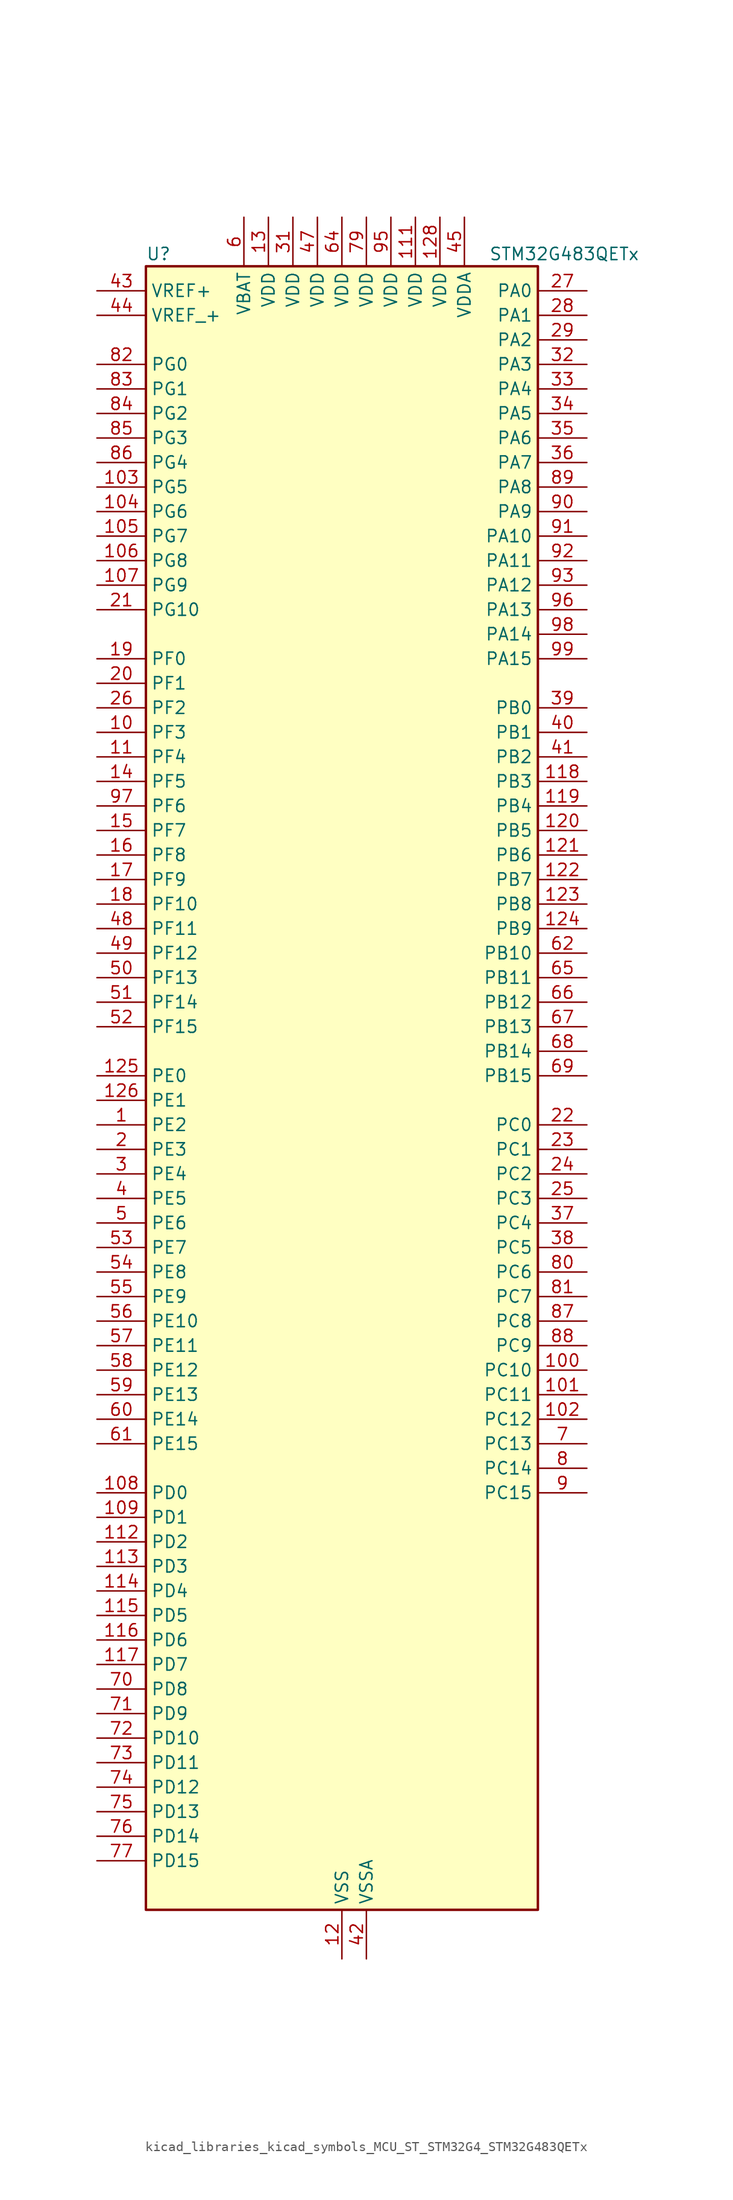
<source format=kicad_sym>
(kicad_symbol_lib
  (version 20220914)
  (generator kicad_symbol_editor)
  (symbol "kicad_libraries_kicad_symbols_MCU_ST_STM32G4_STM32G483QETx"
    (property "Reference" "U"
      (at -20.32 87.63 0)
      (effects (font (size 1.27 1.27)) (justify left)))
    (property "Value" "STM32G483QETx"
      (at 15.24 87.63 0)
      (effects (font (size 1.27 1.27)) (justify left)))
    (property "ki_locked" ""
      (at 0 0 0)
      (effects (font (size 1.27 1.27))))
    (symbol "kicad_libraries_kicad_symbols_MCU_ST_STM32G4_STM32G483QETx_0_1"
      (rectangle (start -20.32 -83.82) (end 20.32 86.36) (stroke (width 0.254) (type default)) (fill (type background))))
    (symbol "kicad_libraries_kicad_symbols_MCU_ST_STM32G4_STM32G483QETx_1_1"
      (pin bidirectional line (at -25.4 -2.54 0) (length 5.08) (name "PE2" (effects (font (size 1.27 1.27)))) (number "1" (effects (font (size 1.27 1.27)))) (alternate "ADC3_EXTI2" bidirectional line) (alternate "ADC4_EXTI2" bidirectional line) (alternate "ADC5_EXTI2" bidirectional line) (alternate "FMC_A23" bidirectional line) (alternate "SAI1_CK1" bidirectional line) (alternate "SAI1_MCLK_A" bidirectional line) (alternate "SPI4_SCK" bidirectional line) (alternate "SYS_TRACECLK" bidirectional line) (alternate "TIM20_CH1" bidirectional line) (alternate "TIM3_CH1" bidirectional line))
      (pin bidirectional line (at -25.4 38.1 0) (length 5.08) (name "PF3" (effects (font (size 1.27 1.27)))) (number "10" (effects (font (size 1.27 1.27)))) (alternate "ADC3_EXTI3" bidirectional line) (alternate "ADC4_EXTI3" bidirectional line) (alternate "ADC5_EXTI3" bidirectional line) (alternate "FMC_A3" bidirectional line) (alternate "I2C3_SCL" bidirectional line) (alternate "TIM20_CH4" bidirectional line))
      (pin bidirectional line (at 25.4 -27.94 180) (length 5.08) (name "PC10" (effects (font (size 1.27 1.27)))) (number "100" (effects (font (size 1.27 1.27)))) (alternate "DAC1_EXTI10" bidirectional line) (alternate "DAC2_EXTI10" bidirectional line) (alternate "DAC3_EXTI10" bidirectional line) (alternate "DAC4_EXTI10" bidirectional line) (alternate "I2S3_CK" bidirectional line) (alternate "SPI3_SCK" bidirectional line) (alternate "TIM8_CH1N" bidirectional line) (alternate "UART4_TX" bidirectional line) (alternate "USART3_TX" bidirectional line))
      (pin bidirectional line (at 25.4 -30.48 180) (length 5.08) (name "PC11" (effects (font (size 1.27 1.27)))) (number "101" (effects (font (size 1.27 1.27)))) (alternate "ADC1_EXTI11" bidirectional line) (alternate "ADC2_EXTI11" bidirectional line) (alternate "I2C3_SDA" bidirectional line) (alternate "SPI3_MISO" bidirectional line) (alternate "TIM8_CH2N" bidirectional line) (alternate "UART4_RX" bidirectional line) (alternate "USART3_RX" bidirectional line))
      (pin bidirectional line (at 25.4 -33.02 180) (length 5.08) (name "PC12" (effects (font (size 1.27 1.27)))) (number "102" (effects (font (size 1.27 1.27)))) (alternate "I2S3_SD" bidirectional line) (alternate "SPI3_MOSI" bidirectional line) (alternate "TIM5_CH2" bidirectional line) (alternate "TIM8_CH3N" bidirectional line) (alternate "UART5_TX" bidirectional line) (alternate "UCPD1_FRSTX1" bidirectional line) (alternate "UCPD1_FRSTX2" bidirectional line) (alternate "USART3_CK" bidirectional line))
      (pin bidirectional line (at -25.4 63.5 0) (length 5.08) (name "PG5" (effects (font (size 1.27 1.27)))) (number "103" (effects (font (size 1.27 1.27)))) (alternate "FMC_A15" bidirectional line) (alternate "LPUART1_CTS" bidirectional line) (alternate "SPI1_NSS" bidirectional line) (alternate "TIM20_ETR" bidirectional line))
      (pin bidirectional line (at -25.4 60.96 0) (length 5.08) (name "PG6" (effects (font (size 1.27 1.27)))) (number "104" (effects (font (size 1.27 1.27)))) (alternate "FMC_INT" bidirectional line) (alternate "I2C3_SMBA" bidirectional line) (alternate "LPUART1_DE" bidirectional line) (alternate "LPUART1_RTS" bidirectional line) (alternate "TIM20_BKIN" bidirectional line))
      (pin bidirectional line (at -25.4 58.42 0) (length 5.08) (name "PG7" (effects (font (size 1.27 1.27)))) (number "105" (effects (font (size 1.27 1.27)))) (alternate "FMC_INT" bidirectional line) (alternate "I2C3_SCL" bidirectional line) (alternate "LPUART1_TX" bidirectional line) (alternate "SAI1_CK1" bidirectional line) (alternate "SAI1_MCLK_A" bidirectional line))
      (pin bidirectional line (at -25.4 55.88 0) (length 5.08) (name "PG8" (effects (font (size 1.27 1.27)))) (number "106" (effects (font (size 1.27 1.27)))) (alternate "FMC_NE3" bidirectional line) (alternate "I2C3_SDA" bidirectional line) (alternate "LPUART1_RX" bidirectional line))
      (pin bidirectional line (at -25.4 53.34 0) (length 5.08) (name "PG9" (effects (font (size 1.27 1.27)))) (number "107" (effects (font (size 1.27 1.27)))) (alternate "DAC1_EXTI9" bidirectional line) (alternate "DAC2_EXTI9" bidirectional line) (alternate "DAC3_EXTI9" bidirectional line) (alternate "DAC4_EXTI9" bidirectional line) (alternate "FMC_NCE" bidirectional line) (alternate "FMC_NE2" bidirectional line) (alternate "SPI3_SCK" bidirectional line) (alternate "TIM15_CH1N" bidirectional line) (alternate "USART1_TX" bidirectional line))
      (pin bidirectional line (at -25.4 -40.64 0) (length 5.08) (name "PD0" (effects (font (size 1.27 1.27)))) (number "108" (effects (font (size 1.27 1.27)))) (alternate "FDCAN1_RX" bidirectional line) (alternate "FMC_D2" bidirectional line) (alternate "FMC_DA2" bidirectional line) (alternate "TIM8_CH4N" bidirectional line))
      (pin bidirectional line (at -25.4 -43.18 0) (length 5.08) (name "PD1" (effects (font (size 1.27 1.27)))) (number "109" (effects (font (size 1.27 1.27)))) (alternate "FDCAN1_TX" bidirectional line) (alternate "FMC_D3" bidirectional line) (alternate "FMC_DA3" bidirectional line) (alternate "TIM8_BKIN2" bidirectional line) (alternate "TIM8_CH4" bidirectional line))
      (pin bidirectional line (at -25.4 35.56 0) (length 5.08) (name "PF4" (effects (font (size 1.27 1.27)))) (number "11" (effects (font (size 1.27 1.27)))) (alternate "COMP1_OUT" bidirectional line) (alternate "FMC_A4" bidirectional line) (alternate "I2C3_SDA" bidirectional line) (alternate "TIM20_CH1N" bidirectional line))
      (pin passive line (at 0 -88.9 90) (length 5.08) hide (name "VSS" (effects (font (size 1.27 1.27)))) (number "110" (effects (font (size 1.27 1.27)))))
      (pin power_in line (at 7.62 91.44 270) (length 5.08) (name "VDD" (effects (font (size 1.27 1.27)))) (number "111" (effects (font (size 1.27 1.27)))))
      (pin bidirectional line (at -25.4 -45.72 0) (length 5.08) (name "PD2" (effects (font (size 1.27 1.27)))) (number "112" (effects (font (size 1.27 1.27)))) (alternate "ADC3_EXTI2" bidirectional line) (alternate "ADC4_EXTI2" bidirectional line) (alternate "ADC5_EXTI2" bidirectional line) (alternate "TIM3_ETR" bidirectional line) (alternate "TIM8_BKIN" bidirectional line) (alternate "UART5_RX" bidirectional line))
      (pin bidirectional line (at -25.4 -48.26 0) (length 5.08) (name "PD3" (effects (font (size 1.27 1.27)))) (number "113" (effects (font (size 1.27 1.27)))) (alternate "ADC3_EXTI3" bidirectional line) (alternate "ADC4_EXTI3" bidirectional line) (alternate "ADC5_EXTI3" bidirectional line) (alternate "FMC_CLK" bidirectional line) (alternate "QUADSPI1_BK2_NCS" bidirectional line) (alternate "TIM2_CH1" bidirectional line) (alternate "TIM2_ETR" bidirectional line) (alternate "USART2_CTS" bidirectional line) (alternate "USART2_NSS" bidirectional line))
      (pin bidirectional line (at -25.4 -50.8 0) (length 5.08) (name "PD4" (effects (font (size 1.27 1.27)))) (number "114" (effects (font (size 1.27 1.27)))) (alternate "FMC_NOE" bidirectional line) (alternate "QUADSPI1_BK2_IO0" bidirectional line) (alternate "TIM2_CH2" bidirectional line) (alternate "USART2_DE" bidirectional line) (alternate "USART2_RTS" bidirectional line))
      (pin bidirectional line (at -25.4 -53.34 0) (length 5.08) (name "PD5" (effects (font (size 1.27 1.27)))) (number "115" (effects (font (size 1.27 1.27)))) (alternate "FMC_NWE" bidirectional line) (alternate "QUADSPI1_BK2_IO1" bidirectional line) (alternate "USART2_TX" bidirectional line))
      (pin bidirectional line (at -25.4 -55.88 0) (length 5.08) (name "PD6" (effects (font (size 1.27 1.27)))) (number "116" (effects (font (size 1.27 1.27)))) (alternate "FMC_NWAIT" bidirectional line) (alternate "QUADSPI1_BK2_IO2" bidirectional line) (alternate "SAI1_D1" bidirectional line) (alternate "SAI1_SD_A" bidirectional line) (alternate "TIM2_CH4" bidirectional line) (alternate "USART2_RX" bidirectional line))
      (pin bidirectional line (at -25.4 -58.42 0) (length 5.08) (name "PD7" (effects (font (size 1.27 1.27)))) (number "117" (effects (font (size 1.27 1.27)))) (alternate "FMC_NCE" bidirectional line) (alternate "FMC_NE1" bidirectional line) (alternate "QUADSPI1_BK2_IO3" bidirectional line) (alternate "TIM2_CH3" bidirectional line) (alternate "USART2_CK" bidirectional line))
      (pin bidirectional line (at 25.4 33.02 180) (length 5.08) (name "PB3" (effects (font (size 1.27 1.27)))) (number "118" (effects (font (size 1.27 1.27)))) (alternate "ADC3_EXTI3" bidirectional line) (alternate "ADC4_EXTI3" bidirectional line) (alternate "ADC5_EXTI3" bidirectional line) (alternate "CRS_SYNC" bidirectional line) (alternate "FDCAN3_RX" bidirectional line) (alternate "I2S3_CK" bidirectional line) (alternate "SAI1_SCK_B" bidirectional line) (alternate "SPI1_SCK" bidirectional line) (alternate "SPI3_SCK" bidirectional line) (alternate "SYS_JTDO-SWO" bidirectional line) (alternate "TIM2_CH2" bidirectional line) (alternate "TIM3_ETR" bidirectional line) (alternate "TIM4_ETR" bidirectional line) (alternate "TIM8_CH1N" bidirectional line) (alternate "USART2_TX" bidirectional line))
      (pin bidirectional line (at 25.4 30.48 180) (length 5.08) (name "PB4" (effects (font (size 1.27 1.27)))) (number "119" (effects (font (size 1.27 1.27)))) (alternate "FDCAN3_TX" bidirectional line) (alternate "SAI1_MCLK_B" bidirectional line) (alternate "SPI1_MISO" bidirectional line) (alternate "SPI3_MISO" bidirectional line) (alternate "SYS_JTRST" bidirectional line) (alternate "TIM16_CH1" bidirectional line) (alternate "TIM17_BKIN" bidirectional line) (alternate "TIM3_CH1" bidirectional line) (alternate "TIM8_CH2N" bidirectional line) (alternate "UART5_DE" bidirectional line) (alternate "UART5_RTS" bidirectional line) (alternate "UCPD1_CC2" bidirectional line) (alternate "USART2_RX" bidirectional line))
      (pin power_in line (at 0 -88.9 90) (length 5.08) (name "VSS" (effects (font (size 1.27 1.27)))) (number "12" (effects (font (size 1.27 1.27)))))
      (pin bidirectional line (at 25.4 27.94 180) (length 5.08) (name "PB5" (effects (font (size 1.27 1.27)))) (number "120" (effects (font (size 1.27 1.27)))) (alternate "FDCAN2_RX" bidirectional line) (alternate "I2C1_SMBA" bidirectional line) (alternate "I2C3_SDA" bidirectional line) (alternate "I2S3_SD" bidirectional line) (alternate "LPTIM1_IN1" bidirectional line) (alternate "SAI1_SD_B" bidirectional line) (alternate "SPI1_MOSI" bidirectional line) (alternate "SPI3_MOSI" bidirectional line) (alternate "TIM16_BKIN" bidirectional line) (alternate "TIM17_CH1" bidirectional line) (alternate "TIM3_CH2" bidirectional line) (alternate "TIM8_CH3N" bidirectional line) (alternate "UART5_CTS" bidirectional line) (alternate "USART2_CK" bidirectional line))
      (pin bidirectional line (at 25.4 25.4 180) (length 5.08) (name "PB6" (effects (font (size 1.27 1.27)))) (number "121" (effects (font (size 1.27 1.27)))) (alternate "COMP4_OUT" bidirectional line) (alternate "FDCAN2_TX" bidirectional line) (alternate "LPTIM1_ETR" bidirectional line) (alternate "SAI1_FS_B" bidirectional line) (alternate "TIM16_CH1N" bidirectional line) (alternate "TIM4_CH1" bidirectional line) (alternate "TIM8_BKIN2" bidirectional line) (alternate "TIM8_CH1" bidirectional line) (alternate "TIM8_ETR" bidirectional line) (alternate "UCPD1_CC1" bidirectional line) (alternate "USART1_TX" bidirectional line))
      (pin bidirectional line (at 25.4 22.86 180) (length 5.08) (name "PB7" (effects (font (size 1.27 1.27)))) (number "122" (effects (font (size 1.27 1.27)))) (alternate "COMP3_OUT" bidirectional line) (alternate "FMC_NL" bidirectional line) (alternate "I2C1_SDA" bidirectional line) (alternate "I2C4_SDA" bidirectional line) (alternate "LPTIM1_IN2" bidirectional line) (alternate "SYS_PVD_IN" bidirectional line) (alternate "TIM17_CH1N" bidirectional line) (alternate "TIM3_CH4" bidirectional line) (alternate "TIM4_CH2" bidirectional line) (alternate "TIM8_BKIN" bidirectional line) (alternate "UART4_CTS" bidirectional line) (alternate "USART1_RX" bidirectional line))
      (pin bidirectional line (at 25.4 20.32 180) (length 5.08) (name "PB8" (effects (font (size 1.27 1.27)))) (number "123" (effects (font (size 1.27 1.27)))) (alternate "COMP1_OUT" bidirectional line) (alternate "FDCAN1_RX" bidirectional line) (alternate "I2C1_SCL" bidirectional line) (alternate "SAI1_CK1" bidirectional line) (alternate "SAI1_MCLK_A" bidirectional line) (alternate "TIM16_CH1" bidirectional line) (alternate "TIM1_BKIN" bidirectional line) (alternate "TIM4_CH3" bidirectional line) (alternate "TIM8_CH2" bidirectional line) (alternate "USART3_RX" bidirectional line))
      (pin bidirectional line (at 25.4 17.78 180) (length 5.08) (name "PB9" (effects (font (size 1.27 1.27)))) (number "124" (effects (font (size 1.27 1.27)))) (alternate "COMP2_OUT" bidirectional line) (alternate "DAC1_EXTI9" bidirectional line) (alternate "DAC2_EXTI9" bidirectional line) (alternate "DAC3_EXTI9" bidirectional line) (alternate "DAC4_EXTI9" bidirectional line) (alternate "FDCAN1_TX" bidirectional line) (alternate "I2C1_SDA" bidirectional line) (alternate "IR_OUT" bidirectional line) (alternate "SAI1_D2" bidirectional line) (alternate "SAI1_FS_A" bidirectional line) (alternate "TIM17_CH1" bidirectional line) (alternate "TIM1_CH3N" bidirectional line) (alternate "TIM4_CH4" bidirectional line) (alternate "TIM8_CH3" bidirectional line) (alternate "USART3_TX" bidirectional line))
      (pin bidirectional line (at -25.4 2.54 0) (length 5.08) (name "PE0" (effects (font (size 1.27 1.27)))) (number "125" (effects (font (size 1.27 1.27)))) (alternate "FMC_NBL0" bidirectional line) (alternate "TIM16_CH1" bidirectional line) (alternate "TIM20_CH4N" bidirectional line) (alternate "TIM20_ETR" bidirectional line) (alternate "TIM4_ETR" bidirectional line) (alternate "USART1_TX" bidirectional line))
      (pin bidirectional line (at -25.4 0 0) (length 5.08) (name "PE1" (effects (font (size 1.27 1.27)))) (number "126" (effects (font (size 1.27 1.27)))) (alternate "FMC_NBL1" bidirectional line) (alternate "TIM17_CH1" bidirectional line) (alternate "TIM20_CH4" bidirectional line) (alternate "USART1_RX" bidirectional line))
      (pin passive line (at 0 -88.9 90) (length 5.08) hide (name "VSS" (effects (font (size 1.27 1.27)))) (number "127" (effects (font (size 1.27 1.27)))))
      (pin power_in line (at 10.16 91.44 270) (length 5.08) (name "VDD" (effects (font (size 1.27 1.27)))) (number "128" (effects (font (size 1.27 1.27)))))
      (pin power_in line (at -7.62 91.44 270) (length 5.08) (name "VDD" (effects (font (size 1.27 1.27)))) (number "13" (effects (font (size 1.27 1.27)))))
      (pin bidirectional line (at -25.4 33.02 0) (length 5.08) (name "PF5" (effects (font (size 1.27 1.27)))) (number "14" (effects (font (size 1.27 1.27)))) (alternate "FMC_A5" bidirectional line) (alternate "TIM20_CH2N" bidirectional line))
      (pin bidirectional line (at -25.4 27.94 0) (length 5.08) (name "PF7" (effects (font (size 1.27 1.27)))) (number "15" (effects (font (size 1.27 1.27)))) (alternate "FMC_A1" bidirectional line) (alternate "QUADSPI1_BK1_IO2" bidirectional line) (alternate "SAI1_MCLK_B" bidirectional line) (alternate "TIM20_BKIN" bidirectional line) (alternate "TIM5_CH2" bidirectional line))
      (pin bidirectional line (at -25.4 25.4 0) (length 5.08) (name "PF8" (effects (font (size 1.27 1.27)))) (number "16" (effects (font (size 1.27 1.27)))) (alternate "FMC_A24" bidirectional line) (alternate "QUADSPI1_BK1_IO0" bidirectional line) (alternate "SAI1_SCK_B" bidirectional line) (alternate "TIM20_BKIN2" bidirectional line) (alternate "TIM5_CH3" bidirectional line))
      (pin bidirectional line (at -25.4 22.86 0) (length 5.08) (name "PF9" (effects (font (size 1.27 1.27)))) (number "17" (effects (font (size 1.27 1.27)))) (alternate "DAC1_EXTI9" bidirectional line) (alternate "DAC2_EXTI9" bidirectional line) (alternate "DAC3_EXTI9" bidirectional line) (alternate "DAC4_EXTI9" bidirectional line) (alternate "FMC_A25" bidirectional line) (alternate "QUADSPI1_BK1_IO1" bidirectional line) (alternate "SAI1_FS_B" bidirectional line) (alternate "SPI2_SCK" bidirectional line) (alternate "TIM15_CH1" bidirectional line) (alternate "TIM20_BKIN" bidirectional line) (alternate "TIM5_CH4" bidirectional line))
      (pin bidirectional line (at -25.4 20.32 0) (length 5.08) (name "PF10" (effects (font (size 1.27 1.27)))) (number "18" (effects (font (size 1.27 1.27)))) (alternate "DAC1_EXTI10" bidirectional line) (alternate "DAC2_EXTI10" bidirectional line) (alternate "DAC3_EXTI10" bidirectional line) (alternate "DAC4_EXTI10" bidirectional line) (alternate "FMC_A0" bidirectional line) (alternate "QUADSPI1_CLK" bidirectional line) (alternate "SAI1_D3" bidirectional line) (alternate "SPI2_SCK" bidirectional line) (alternate "TIM15_CH2" bidirectional line) (alternate "TIM20_BKIN2" bidirectional line))
      (pin bidirectional line (at -25.4 45.72 0) (length 5.08) (name "PF0" (effects (font (size 1.27 1.27)))) (number "19" (effects (font (size 1.27 1.27)))) (alternate "ADC1_IN10" bidirectional line) (alternate "I2C2_SDA" bidirectional line) (alternate "I2S2_WS" bidirectional line) (alternate "RCC_OSC_IN" bidirectional line) (alternate "SPI2_NSS" bidirectional line) (alternate "TIM1_CH3N" bidirectional line))
      (pin bidirectional line (at -25.4 -5.08 0) (length 5.08) (name "PE3" (effects (font (size 1.27 1.27)))) (number "2" (effects (font (size 1.27 1.27)))) (alternate "ADC3_EXTI3" bidirectional line) (alternate "ADC4_EXTI3" bidirectional line) (alternate "ADC5_EXTI3" bidirectional line) (alternate "FMC_A19" bidirectional line) (alternate "SAI1_SD_B" bidirectional line) (alternate "SPI4_NSS" bidirectional line) (alternate "SYS_TRACED0" bidirectional line) (alternate "TIM20_CH2" bidirectional line) (alternate "TIM3_CH2" bidirectional line))
      (pin bidirectional line (at -25.4 43.18 0) (length 5.08) (name "PF1" (effects (font (size 1.27 1.27)))) (number "20" (effects (font (size 1.27 1.27)))) (alternate "ADC2_IN10" bidirectional line) (alternate "COMP3_INM" bidirectional line) (alternate "I2S2_CK" bidirectional line) (alternate "RCC_OSC_OUT" bidirectional line) (alternate "SPI2_SCK" bidirectional line))
      (pin bidirectional line (at -25.4 50.8 0) (length 5.08) (name "PG10" (effects (font (size 1.27 1.27)))) (number "21" (effects (font (size 1.27 1.27)))) (alternate "DAC1_EXTI10" bidirectional line) (alternate "DAC2_EXTI10" bidirectional line) (alternate "DAC3_EXTI10" bidirectional line) (alternate "DAC4_EXTI10" bidirectional line) (alternate "RCC_MCO" bidirectional line))
      (pin bidirectional line (at 25.4 -2.54 180) (length 5.08) (name "PC0" (effects (font (size 1.27 1.27)))) (number "22" (effects (font (size 1.27 1.27)))) (alternate "ADC1_IN6" bidirectional line) (alternate "ADC2_IN6" bidirectional line) (alternate "COMP3_INM" bidirectional line) (alternate "LPTIM1_IN1" bidirectional line) (alternate "LPUART1_RX" bidirectional line) (alternate "TIM1_CH1" bidirectional line))
      (pin bidirectional line (at 25.4 -5.08 180) (length 5.08) (name "PC1" (effects (font (size 1.27 1.27)))) (number "23" (effects (font (size 1.27 1.27)))) (alternate "ADC1_IN7" bidirectional line) (alternate "ADC2_IN7" bidirectional line) (alternate "COMP3_INP" bidirectional line) (alternate "LPTIM1_OUT" bidirectional line) (alternate "LPUART1_TX" bidirectional line) (alternate "QUADSPI1_BK2_IO0" bidirectional line) (alternate "SAI1_SD_A" bidirectional line) (alternate "TIM1_CH2" bidirectional line))
      (pin bidirectional line (at 25.4 -7.62 180) (length 5.08) (name "PC2" (effects (font (size 1.27 1.27)))) (number "24" (effects (font (size 1.27 1.27)))) (alternate "ADC1_IN8" bidirectional line) (alternate "ADC2_IN8" bidirectional line) (alternate "ADC3_EXTI2" bidirectional line) (alternate "ADC4_EXTI2" bidirectional line) (alternate "ADC5_EXTI2" bidirectional line) (alternate "COMP3_OUT" bidirectional line) (alternate "LPTIM1_IN2" bidirectional line) (alternate "QUADSPI1_BK2_IO1" bidirectional line) (alternate "TIM1_CH3" bidirectional line) (alternate "TIM20_CH2" bidirectional line))
      (pin bidirectional line (at 25.4 -10.16 180) (length 5.08) (name "PC3" (effects (font (size 1.27 1.27)))) (number "25" (effects (font (size 1.27 1.27)))) (alternate "ADC1_IN9" bidirectional line) (alternate "ADC2_IN9" bidirectional line) (alternate "ADC3_EXTI3" bidirectional line) (alternate "ADC4_EXTI3" bidirectional line) (alternate "ADC5_EXTI3" bidirectional line) (alternate "LPTIM1_ETR" bidirectional line) (alternate "OPAMP5_VINP" bidirectional line) (alternate "OPAMP5_VINP_SEC" bidirectional line) (alternate "QUADSPI1_BK2_IO2" bidirectional line) (alternate "SAI1_D1" bidirectional line) (alternate "SAI1_SD_A" bidirectional line) (alternate "TIM1_BKIN2" bidirectional line) (alternate "TIM1_CH4" bidirectional line))
      (pin bidirectional line (at -25.4 40.64 0) (length 5.08) (name "PF2" (effects (font (size 1.27 1.27)))) (number "26" (effects (font (size 1.27 1.27)))) (alternate "ADC3_EXTI2" bidirectional line) (alternate "ADC4_EXTI2" bidirectional line) (alternate "ADC5_EXTI2" bidirectional line) (alternate "FMC_A2" bidirectional line) (alternate "I2C2_SMBA" bidirectional line) (alternate "TIM20_CH3" bidirectional line))
      (pin bidirectional line (at 25.4 83.82 180) (length 5.08) (name "PA0" (effects (font (size 1.27 1.27)))) (number "27" (effects (font (size 1.27 1.27)))) (alternate "ADC1_IN1" bidirectional line) (alternate "ADC2_IN1" bidirectional line) (alternate "COMP1_INM" bidirectional line) (alternate "COMP1_OUT" bidirectional line) (alternate "COMP3_INP" bidirectional line) (alternate "RTC_TAMP2" bidirectional line) (alternate "SYS_WKUP1" bidirectional line) (alternate "TIM2_CH1" bidirectional line) (alternate "TIM2_ETR" bidirectional line) (alternate "TIM5_CH1" bidirectional line) (alternate "TIM8_BKIN" bidirectional line) (alternate "TIM8_ETR" bidirectional line) (alternate "USART2_CTS" bidirectional line) (alternate "USART2_NSS" bidirectional line))
      (pin bidirectional line (at 25.4 81.28 180) (length 5.08) (name "PA1" (effects (font (size 1.27 1.27)))) (number "28" (effects (font (size 1.27 1.27)))) (alternate "ADC1_IN2" bidirectional line) (alternate "ADC2_IN2" bidirectional line) (alternate "COMP1_INP" bidirectional line) (alternate "OPAMP1_VINP" bidirectional line) (alternate "OPAMP1_VINP_SEC" bidirectional line) (alternate "OPAMP3_VINP" bidirectional line) (alternate "OPAMP3_VINP_SEC" bidirectional line) (alternate "OPAMP6_VINM" bidirectional line) (alternate "OPAMP6_VINM0" bidirectional line) (alternate "OPAMP6_VINM_SEC" bidirectional line) (alternate "RTC_REFIN" bidirectional line) (alternate "TIM15_CH1N" bidirectional line) (alternate "TIM2_CH2" bidirectional line) (alternate "TIM5_CH2" bidirectional line) (alternate "USART2_DE" bidirectional line) (alternate "USART2_RTS" bidirectional line))
      (pin bidirectional line (at 25.4 78.74 180) (length 5.08) (name "PA2" (effects (font (size 1.27 1.27)))) (number "29" (effects (font (size 1.27 1.27)))) (alternate "ADC1_IN3" bidirectional line) (alternate "ADC3_EXTI2" bidirectional line) (alternate "ADC4_EXTI2" bidirectional line) (alternate "ADC5_EXTI2" bidirectional line) (alternate "COMP2_INM" bidirectional line) (alternate "COMP2_OUT" bidirectional line) (alternate "LPUART1_TX" bidirectional line) (alternate "OPAMP1_VOUT" bidirectional line) (alternate "QUADSPI1_BK1_NCS" bidirectional line) (alternate "RCC_LSCO" bidirectional line) (alternate "SYS_WKUP4" bidirectional line) (alternate "TIM15_CH1" bidirectional line) (alternate "TIM2_CH3" bidirectional line) (alternate "TIM5_CH3" bidirectional line) (alternate "UCPD1_FRSTX1" bidirectional line) (alternate "UCPD1_FRSTX2" bidirectional line) (alternate "USART2_TX" bidirectional line))
      (pin bidirectional line (at -25.4 -7.62 0) (length 5.08) (name "PE4" (effects (font (size 1.27 1.27)))) (number "3" (effects (font (size 1.27 1.27)))) (alternate "FMC_A20" bidirectional line) (alternate "SAI1_D2" bidirectional line) (alternate "SAI1_FS_A" bidirectional line) (alternate "SPI4_NSS" bidirectional line) (alternate "SYS_TRACED1" bidirectional line) (alternate "TIM20_CH1N" bidirectional line) (alternate "TIM3_CH3" bidirectional line))
      (pin passive line (at 0 -88.9 90) (length 5.08) hide (name "VSS" (effects (font (size 1.27 1.27)))) (number "30" (effects (font (size 1.27 1.27)))))
      (pin power_in line (at -5.08 91.44 270) (length 5.08) (name "VDD" (effects (font (size 1.27 1.27)))) (number "31" (effects (font (size 1.27 1.27)))))
      (pin bidirectional line (at 25.4 76.2 180) (length 5.08) (name "PA3" (effects (font (size 1.27 1.27)))) (number "32" (effects (font (size 1.27 1.27)))) (alternate "ADC1_IN4" bidirectional line) (alternate "ADC3_EXTI3" bidirectional line) (alternate "ADC4_EXTI3" bidirectional line) (alternate "ADC5_EXTI3" bidirectional line) (alternate "COMP2_INP" bidirectional line) (alternate "LPUART1_RX" bidirectional line) (alternate "OPAMP1_VINM" bidirectional line) (alternate "OPAMP1_VINM0" bidirectional line) (alternate "OPAMP1_VINM_SEC" bidirectional line) (alternate "OPAMP1_VINP" bidirectional line) (alternate "OPAMP1_VINP_SEC" bidirectional line) (alternate "OPAMP5_VINM" bidirectional line) (alternate "OPAMP5_VINM1" bidirectional line) (alternate "OPAMP5_VINM_SEC" bidirectional line) (alternate "QUADSPI1_CLK" bidirectional line) (alternate "SAI1_CK1" bidirectional line) (alternate "SAI1_MCLK_A" bidirectional line) (alternate "TIM15_CH2" bidirectional line) (alternate "TIM2_CH4" bidirectional line) (alternate "TIM5_CH4" bidirectional line) (alternate "USART2_RX" bidirectional line))
      (pin bidirectional line (at 25.4 73.66 180) (length 5.08) (name "PA4" (effects (font (size 1.27 1.27)))) (number "33" (effects (font (size 1.27 1.27)))) (alternate "ADC2_IN17" bidirectional line) (alternate "COMP1_INM" bidirectional line) (alternate "DAC1_OUT1" bidirectional line) (alternate "I2S3_WS" bidirectional line) (alternate "SAI1_FS_B" bidirectional line) (alternate "SPI1_NSS" bidirectional line) (alternate "SPI3_NSS" bidirectional line) (alternate "TIM3_CH2" bidirectional line) (alternate "USART2_CK" bidirectional line))
      (pin bidirectional line (at 25.4 71.12 180) (length 5.08) (name "PA5" (effects (font (size 1.27 1.27)))) (number "34" (effects (font (size 1.27 1.27)))) (alternate "ADC2_IN13" bidirectional line) (alternate "COMP2_INM" bidirectional line) (alternate "DAC1_OUT2" bidirectional line) (alternate "OPAMP2_VINM" bidirectional line) (alternate "OPAMP2_VINM0" bidirectional line) (alternate "OPAMP2_VINM_SEC" bidirectional line) (alternate "SPI1_SCK" bidirectional line) (alternate "TIM2_CH1" bidirectional line) (alternate "TIM2_ETR" bidirectional line) (alternate "UCPD1_FRSTX1" bidirectional line) (alternate "UCPD1_FRSTX2" bidirectional line))
      (pin bidirectional line (at 25.4 68.58 180) (length 5.08) (name "PA6" (effects (font (size 1.27 1.27)))) (number "35" (effects (font (size 1.27 1.27)))) (alternate "ADC2_IN3" bidirectional line) (alternate "COMP1_OUT" bidirectional line) (alternate "DAC2_OUT1" bidirectional line) (alternate "LPUART1_CTS" bidirectional line) (alternate "OPAMP2_VOUT" bidirectional line) (alternate "QUADSPI1_BK1_IO3" bidirectional line) (alternate "SPI1_MISO" bidirectional line) (alternate "TIM16_CH1" bidirectional line) (alternate "TIM1_BKIN" bidirectional line) (alternate "TIM3_CH1" bidirectional line) (alternate "TIM8_BKIN" bidirectional line))
      (pin bidirectional line (at 25.4 66.04 180) (length 5.08) (name "PA7" (effects (font (size 1.27 1.27)))) (number "36" (effects (font (size 1.27 1.27)))) (alternate "ADC2_IN4" bidirectional line) (alternate "COMP2_INP" bidirectional line) (alternate "COMP2_OUT" bidirectional line) (alternate "OPAMP1_VINP" bidirectional line) (alternate "OPAMP1_VINP_SEC" bidirectional line) (alternate "OPAMP2_VINP" bidirectional line) (alternate "OPAMP2_VINP_SEC" bidirectional line) (alternate "QUADSPI1_BK1_IO2" bidirectional line) (alternate "SPI1_MOSI" bidirectional line) (alternate "TIM17_CH1" bidirectional line) (alternate "TIM1_CH1N" bidirectional line) (alternate "TIM3_CH2" bidirectional line) (alternate "TIM8_CH1N" bidirectional line) (alternate "UCPD1_FRSTX1" bidirectional line) (alternate "UCPD1_FRSTX2" bidirectional line))
      (pin bidirectional line (at 25.4 -12.7 180) (length 5.08) (name "PC4" (effects (font (size 1.27 1.27)))) (number "37" (effects (font (size 1.27 1.27)))) (alternate "ADC2_IN5" bidirectional line) (alternate "I2C2_SCL" bidirectional line) (alternate "QUADSPI1_BK2_IO3" bidirectional line) (alternate "TIM1_ETR" bidirectional line) (alternate "USART1_TX" bidirectional line))
      (pin bidirectional line (at 25.4 -15.24 180) (length 5.08) (name "PC5" (effects (font (size 1.27 1.27)))) (number "38" (effects (font (size 1.27 1.27)))) (alternate "ADC2_IN11" bidirectional line) (alternate "OPAMP1_VINM" bidirectional line) (alternate "OPAMP1_VINM1" bidirectional line) (alternate "OPAMP1_VINM_SEC" bidirectional line) (alternate "OPAMP2_VINM" bidirectional line) (alternate "OPAMP2_VINM1" bidirectional line) (alternate "OPAMP2_VINM_SEC" bidirectional line) (alternate "SAI1_D3" bidirectional line) (alternate "SYS_WKUP5" bidirectional line) (alternate "TIM15_BKIN" bidirectional line) (alternate "TIM1_CH4N" bidirectional line) (alternate "USART1_RX" bidirectional line))
      (pin bidirectional line (at 25.4 40.64 180) (length 5.08) (name "PB0" (effects (font (size 1.27 1.27)))) (number "39" (effects (font (size 1.27 1.27)))) (alternate "ADC1_IN15" bidirectional line) (alternate "ADC3_IN12" bidirectional line) (alternate "COMP4_INP" bidirectional line) (alternate "OPAMP2_VINP" bidirectional line) (alternate "OPAMP2_VINP_SEC" bidirectional line) (alternate "OPAMP3_VINP" bidirectional line) (alternate "OPAMP3_VINP_SEC" bidirectional line) (alternate "QUADSPI1_BK1_IO1" bidirectional line) (alternate "TIM1_CH2N" bidirectional line) (alternate "TIM3_CH3" bidirectional line) (alternate "TIM8_CH2N" bidirectional line) (alternate "UCPD1_FRSTX1" bidirectional line) (alternate "UCPD1_FRSTX2" bidirectional line))
      (pin bidirectional line (at -25.4 -10.16 0) (length 5.08) (name "PE5" (effects (font (size 1.27 1.27)))) (number "4" (effects (font (size 1.27 1.27)))) (alternate "FMC_A21" bidirectional line) (alternate "SAI1_CK2" bidirectional line) (alternate "SAI1_SCK_A" bidirectional line) (alternate "SPI4_MISO" bidirectional line) (alternate "SYS_TRACED2" bidirectional line) (alternate "TIM20_CH2N" bidirectional line) (alternate "TIM3_CH4" bidirectional line))
      (pin bidirectional line (at 25.4 38.1 180) (length 5.08) (name "PB1" (effects (font (size 1.27 1.27)))) (number "40" (effects (font (size 1.27 1.27)))) (alternate "ADC1_IN12" bidirectional line) (alternate "ADC3_IN1" bidirectional line) (alternate "COMP1_INP" bidirectional line) (alternate "COMP4_OUT" bidirectional line) (alternate "LPUART1_DE" bidirectional line) (alternate "LPUART1_RTS" bidirectional line) (alternate "OPAMP3_VOUT" bidirectional line) (alternate "OPAMP6_VINM" bidirectional line) (alternate "OPAMP6_VINM1" bidirectional line) (alternate "OPAMP6_VINM_SEC" bidirectional line) (alternate "QUADSPI1_BK1_IO0" bidirectional line) (alternate "TIM1_CH3N" bidirectional line) (alternate "TIM3_CH4" bidirectional line) (alternate "TIM8_CH3N" bidirectional line))
      (pin bidirectional line (at 25.4 35.56 180) (length 5.08) (name "PB2" (effects (font (size 1.27 1.27)))) (number "41" (effects (font (size 1.27 1.27)))) (alternate "ADC2_IN12" bidirectional line) (alternate "ADC3_EXTI2" bidirectional line) (alternate "ADC4_EXTI2" bidirectional line) (alternate "ADC5_EXTI2" bidirectional line) (alternate "COMP4_INM" bidirectional line) (alternate "I2C3_SMBA" bidirectional line) (alternate "LPTIM1_OUT" bidirectional line) (alternate "OPAMP3_VINM" bidirectional line) (alternate "OPAMP3_VINM0" bidirectional line) (alternate "OPAMP3_VINM_SEC" bidirectional line) (alternate "QUADSPI1_BK2_IO1" bidirectional line) (alternate "RTC_OUT2" bidirectional line) (alternate "TIM20_CH1" bidirectional line) (alternate "TIM5_CH1" bidirectional line))
      (pin power_in line (at 2.54 -88.9 90) (length 5.08) (name "VSSA" (effects (font (size 1.27 1.27)))) (number "42" (effects (font (size 1.27 1.27)))))
      (pin input line (at -25.4 83.82 0) (length 5.08) (name "VREF+" (effects (font (size 1.27 1.27)))) (number "43" (effects (font (size 1.27 1.27)))) (alternate "VREFBUF_OUT1" bidirectional line))
      (pin input line (at -25.4 81.28 0) (length 5.08) (name "VREF_+" (effects (font (size 1.27 1.27)))) (number "44" (effects (font (size 1.27 1.27)))) (alternate "VREFBUF_OUT2" bidirectional line))
      (pin power_in line (at 12.7 91.44 270) (length 5.08) (name "VDDA" (effects (font (size 1.27 1.27)))) (number "45" (effects (font (size 1.27 1.27)))))
      (pin passive line (at 0 -88.9 90) (length 5.08) hide (name "VSS" (effects (font (size 1.27 1.27)))) (number "46" (effects (font (size 1.27 1.27)))))
      (pin power_in line (at -2.54 91.44 270) (length 5.08) (name "VDD" (effects (font (size 1.27 1.27)))) (number "47" (effects (font (size 1.27 1.27)))))
      (pin bidirectional line (at -25.4 17.78 0) (length 5.08) (name "PF11" (effects (font (size 1.27 1.27)))) (number "48" (effects (font (size 1.27 1.27)))) (alternate "ADC1_EXTI11" bidirectional line) (alternate "ADC2_EXTI11" bidirectional line) (alternate "FMC_NE4" bidirectional line) (alternate "TIM20_ETR" bidirectional line))
      (pin bidirectional line (at -25.4 15.24 0) (length 5.08) (name "PF12" (effects (font (size 1.27 1.27)))) (number "49" (effects (font (size 1.27 1.27)))) (alternate "FMC_A6" bidirectional line) (alternate "TIM20_CH1" bidirectional line))
      (pin bidirectional line (at -25.4 -12.7 0) (length 5.08) (name "PE6" (effects (font (size 1.27 1.27)))) (number "5" (effects (font (size 1.27 1.27)))) (alternate "FMC_A22" bidirectional line) (alternate "RTC_TAMP3" bidirectional line) (alternate "SAI1_D1" bidirectional line) (alternate "SAI1_SD_A" bidirectional line) (alternate "SPI4_MOSI" bidirectional line) (alternate "SYS_TRACED3" bidirectional line) (alternate "SYS_WKUP3" bidirectional line) (alternate "TIM20_CH3N" bidirectional line))
      (pin bidirectional line (at -25.4 12.7 0) (length 5.08) (name "PF13" (effects (font (size 1.27 1.27)))) (number "50" (effects (font (size 1.27 1.27)))) (alternate "FMC_A7" bidirectional line) (alternate "I2C4_SMBA" bidirectional line) (alternate "TIM20_CH2" bidirectional line))
      (pin bidirectional line (at -25.4 10.16 0) (length 5.08) (name "PF14" (effects (font (size 1.27 1.27)))) (number "51" (effects (font (size 1.27 1.27)))) (alternate "FMC_A8" bidirectional line) (alternate "I2C4_SCL" bidirectional line) (alternate "TIM20_CH3" bidirectional line))
      (pin bidirectional line (at -25.4 7.62 0) (length 5.08) (name "PF15" (effects (font (size 1.27 1.27)))) (number "52" (effects (font (size 1.27 1.27)))) (alternate "ADC1_EXTI15" bidirectional line) (alternate "ADC2_EXTI15" bidirectional line) (alternate "FMC_A9" bidirectional line) (alternate "I2C4_SDA" bidirectional line) (alternate "TIM20_CH4" bidirectional line))
      (pin bidirectional line (at -25.4 -15.24 0) (length 5.08) (name "PE7" (effects (font (size 1.27 1.27)))) (number "53" (effects (font (size 1.27 1.27)))) (alternate "ADC3_IN4" bidirectional line) (alternate "COMP4_INP" bidirectional line) (alternate "FMC_D4" bidirectional line) (alternate "FMC_DA4" bidirectional line) (alternate "SAI1_SD_B" bidirectional line) (alternate "TIM1_ETR" bidirectional line))
      (pin bidirectional line (at -25.4 -17.78 0) (length 5.08) (name "PE8" (effects (font (size 1.27 1.27)))) (number "54" (effects (font (size 1.27 1.27)))) (alternate "ADC3_IN6" bidirectional line) (alternate "ADC4_IN6" bidirectional line) (alternate "ADC5_IN6" bidirectional line) (alternate "COMP4_INM" bidirectional line) (alternate "FMC_D5" bidirectional line) (alternate "FMC_DA5" bidirectional line) (alternate "SAI1_SCK_B" bidirectional line) (alternate "TIM1_CH1N" bidirectional line) (alternate "TIM5_CH3" bidirectional line))
      (pin bidirectional line (at -25.4 -20.32 0) (length 5.08) (name "PE9" (effects (font (size 1.27 1.27)))) (number "55" (effects (font (size 1.27 1.27)))) (alternate "ADC3_IN2" bidirectional line) (alternate "DAC1_EXTI9" bidirectional line) (alternate "DAC2_EXTI9" bidirectional line) (alternate "DAC3_EXTI9" bidirectional line) (alternate "DAC4_EXTI9" bidirectional line) (alternate "FMC_D6" bidirectional line) (alternate "FMC_DA6" bidirectional line) (alternate "SAI1_FS_B" bidirectional line) (alternate "TIM1_CH1" bidirectional line) (alternate "TIM5_CH4" bidirectional line))
      (pin bidirectional line (at -25.4 -22.86 0) (length 5.08) (name "PE10" (effects (font (size 1.27 1.27)))) (number "56" (effects (font (size 1.27 1.27)))) (alternate "ADC3_IN14" bidirectional line) (alternate "ADC4_IN14" bidirectional line) (alternate "ADC5_IN14" bidirectional line) (alternate "DAC1_EXTI10" bidirectional line) (alternate "DAC2_EXTI10" bidirectional line) (alternate "DAC3_EXTI10" bidirectional line) (alternate "DAC4_EXTI10" bidirectional line) (alternate "FMC_D7" bidirectional line) (alternate "FMC_DA7" bidirectional line) (alternate "QUADSPI1_CLK" bidirectional line) (alternate "SAI1_MCLK_B" bidirectional line) (alternate "TIM1_CH2N" bidirectional line))
      (pin bidirectional line (at -25.4 -25.4 0) (length 5.08) (name "PE11" (effects (font (size 1.27 1.27)))) (number "57" (effects (font (size 1.27 1.27)))) (alternate "ADC1_EXTI11" bidirectional line) (alternate "ADC2_EXTI11" bidirectional line) (alternate "ADC3_IN15" bidirectional line) (alternate "ADC4_IN15" bidirectional line) (alternate "ADC5_IN15" bidirectional line) (alternate "FMC_D8" bidirectional line) (alternate "FMC_DA8" bidirectional line) (alternate "QUADSPI1_BK1_NCS" bidirectional line) (alternate "SPI4_NSS" bidirectional line) (alternate "TIM1_CH2" bidirectional line))
      (pin bidirectional line (at -25.4 -27.94 0) (length 5.08) (name "PE12" (effects (font (size 1.27 1.27)))) (number "58" (effects (font (size 1.27 1.27)))) (alternate "ADC3_IN16" bidirectional line) (alternate "ADC4_IN16" bidirectional line) (alternate "ADC5_IN16" bidirectional line) (alternate "FMC_D9" bidirectional line) (alternate "FMC_DA9" bidirectional line) (alternate "QUADSPI1_BK1_IO0" bidirectional line) (alternate "SPI4_SCK" bidirectional line) (alternate "TIM1_CH3N" bidirectional line))
      (pin bidirectional line (at -25.4 -30.48 0) (length 5.08) (name "PE13" (effects (font (size 1.27 1.27)))) (number "59" (effects (font (size 1.27 1.27)))) (alternate "ADC3_IN3" bidirectional line) (alternate "FMC_D10" bidirectional line) (alternate "FMC_DA10" bidirectional line) (alternate "QUADSPI1_BK1_IO1" bidirectional line) (alternate "SPI4_MISO" bidirectional line) (alternate "TIM1_CH3" bidirectional line))
      (pin power_in line (at -10.16 91.44 270) (length 5.08) (name "VBAT" (effects (font (size 1.27 1.27)))) (number "6" (effects (font (size 1.27 1.27)))))
      (pin bidirectional line (at -25.4 -33.02 0) (length 5.08) (name "PE14" (effects (font (size 1.27 1.27)))) (number "60" (effects (font (size 1.27 1.27)))) (alternate "ADC4_IN1" bidirectional line) (alternate "FMC_D11" bidirectional line) (alternate "FMC_DA11" bidirectional line) (alternate "QUADSPI1_BK1_IO2" bidirectional line) (alternate "SPI4_MOSI" bidirectional line) (alternate "TIM1_BKIN2" bidirectional line) (alternate "TIM1_CH4" bidirectional line))
      (pin bidirectional line (at -25.4 -35.56 0) (length 5.08) (name "PE15" (effects (font (size 1.27 1.27)))) (number "61" (effects (font (size 1.27 1.27)))) (alternate "ADC1_EXTI15" bidirectional line) (alternate "ADC2_EXTI15" bidirectional line) (alternate "ADC4_IN2" bidirectional line) (alternate "FMC_D12" bidirectional line) (alternate "FMC_DA12" bidirectional line) (alternate "QUADSPI1_BK1_IO3" bidirectional line) (alternate "TIM1_BKIN" bidirectional line) (alternate "TIM1_CH4N" bidirectional line) (alternate "USART3_RX" bidirectional line))
      (pin bidirectional line (at 25.4 15.24 180) (length 5.08) (name "PB10" (effects (font (size 1.27 1.27)))) (number "62" (effects (font (size 1.27 1.27)))) (alternate "COMP5_INM" bidirectional line) (alternate "DAC1_EXTI10" bidirectional line) (alternate "DAC2_EXTI10" bidirectional line) (alternate "DAC3_EXTI10" bidirectional line) (alternate "DAC4_EXTI10" bidirectional line) (alternate "LPUART1_RX" bidirectional line) (alternate "OPAMP3_VINM" bidirectional line) (alternate "OPAMP3_VINM1" bidirectional line) (alternate "OPAMP3_VINM_SEC" bidirectional line) (alternate "OPAMP4_VINM" bidirectional line) (alternate "OPAMP4_VINM0" bidirectional line) (alternate "OPAMP4_VINM_SEC" bidirectional line) (alternate "QUADSPI1_CLK" bidirectional line) (alternate "SAI1_SCK_A" bidirectional line) (alternate "TIM1_BKIN" bidirectional line) (alternate "TIM2_CH3" bidirectional line) (alternate "USART3_TX" bidirectional line))
      (pin passive line (at 0 -88.9 90) (length 5.08) hide (name "VSS" (effects (font (size 1.27 1.27)))) (number "63" (effects (font (size 1.27 1.27)))))
      (pin power_in line (at 0 91.44 270) (length 5.08) (name "VDD" (effects (font (size 1.27 1.27)))) (number "64" (effects (font (size 1.27 1.27)))))
      (pin bidirectional line (at 25.4 12.7 180) (length 5.08) (name "PB11" (effects (font (size 1.27 1.27)))) (number "65" (effects (font (size 1.27 1.27)))) (alternate "ADC1_EXTI11" bidirectional line) (alternate "ADC1_IN14" bidirectional line) (alternate "ADC2_EXTI11" bidirectional line) (alternate "ADC2_IN14" bidirectional line) (alternate "COMP6_INP" bidirectional line) (alternate "LPUART1_TX" bidirectional line) (alternate "OPAMP4_VINP" bidirectional line) (alternate "OPAMP4_VINP_SEC" bidirectional line) (alternate "OPAMP6_VOUT" bidirectional line) (alternate "QUADSPI1_BK1_NCS" bidirectional line) (alternate "TIM2_CH4" bidirectional line) (alternate "USART3_RX" bidirectional line))
      (pin bidirectional line (at 25.4 10.16 180) (length 5.08) (name "PB12" (effects (font (size 1.27 1.27)))) (number "66" (effects (font (size 1.27 1.27)))) (alternate "ADC1_IN11" bidirectional line) (alternate "ADC4_IN3" bidirectional line) (alternate "COMP7_INM" bidirectional line) (alternate "FDCAN2_RX" bidirectional line) (alternate "I2C2_SMBA" bidirectional line) (alternate "I2S2_WS" bidirectional line) (alternate "LPUART1_DE" bidirectional line) (alternate "LPUART1_RTS" bidirectional line) (alternate "OPAMP4_VOUT" bidirectional line) (alternate "OPAMP6_VINP" bidirectional line) (alternate "OPAMP6_VINP_SEC" bidirectional line) (alternate "SPI2_NSS" bidirectional line) (alternate "TIM1_BKIN" bidirectional line) (alternate "TIM5_ETR" bidirectional line) (alternate "USART3_CK" bidirectional line))
      (pin bidirectional line (at 25.4 7.62 180) (length 5.08) (name "PB13" (effects (font (size 1.27 1.27)))) (number "67" (effects (font (size 1.27 1.27)))) (alternate "ADC3_IN5" bidirectional line) (alternate "COMP5_INP" bidirectional line) (alternate "FDCAN2_TX" bidirectional line) (alternate "I2S2_CK" bidirectional line) (alternate "LPUART1_CTS" bidirectional line) (alternate "OPAMP3_VINP" bidirectional line) (alternate "OPAMP3_VINP_SEC" bidirectional line) (alternate "OPAMP4_VINP" bidirectional line) (alternate "OPAMP4_VINP_SEC" bidirectional line) (alternate "OPAMP6_VINP" bidirectional line) (alternate "OPAMP6_VINP_SEC" bidirectional line) (alternate "SPI2_SCK" bidirectional line) (alternate "TIM1_CH1N" bidirectional line) (alternate "USART3_CTS" bidirectional line) (alternate "USART3_NSS" bidirectional line))
      (pin bidirectional line (at 25.4 5.08 180) (length 5.08) (name "PB14" (effects (font (size 1.27 1.27)))) (number "68" (effects (font (size 1.27 1.27)))) (alternate "ADC1_IN5" bidirectional line) (alternate "ADC4_IN4" bidirectional line) (alternate "COMP4_OUT" bidirectional line) (alternate "COMP7_INP" bidirectional line) (alternate "OPAMP2_VINP" bidirectional line) (alternate "OPAMP2_VINP_SEC" bidirectional line) (alternate "OPAMP5_VINP" bidirectional line) (alternate "OPAMP5_VINP_SEC" bidirectional line) (alternate "SPI2_MISO" bidirectional line) (alternate "TIM15_CH1" bidirectional line) (alternate "TIM1_CH2N" bidirectional line) (alternate "USART3_DE" bidirectional line) (alternate "USART3_RTS" bidirectional line))
      (pin bidirectional line (at 25.4 2.54 180) (length 5.08) (name "PB15" (effects (font (size 1.27 1.27)))) (number "69" (effects (font (size 1.27 1.27)))) (alternate "ADC1_EXTI15" bidirectional line) (alternate "ADC2_EXTI15" bidirectional line) (alternate "ADC2_IN15" bidirectional line) (alternate "ADC4_IN5" bidirectional line) (alternate "COMP3_OUT" bidirectional line) (alternate "COMP6_INM" bidirectional line) (alternate "I2S2_SD" bidirectional line) (alternate "OPAMP5_VINM" bidirectional line) (alternate "OPAMP5_VINM0" bidirectional line) (alternate "OPAMP5_VINM_SEC" bidirectional line) (alternate "RTC_REFIN" bidirectional line) (alternate "SPI2_MOSI" bidirectional line) (alternate "TIM15_CH1N" bidirectional line) (alternate "TIM15_CH2" bidirectional line) (alternate "TIM1_CH3N" bidirectional line))
      (pin bidirectional line (at 25.4 -35.56 180) (length 5.08) (name "PC13" (effects (font (size 1.27 1.27)))) (number "7" (effects (font (size 1.27 1.27)))) (alternate "RTC_OUT1" bidirectional line) (alternate "RTC_TAMP1" bidirectional line) (alternate "RTC_TS" bidirectional line) (alternate "SYS_WKUP2" bidirectional line) (alternate "TIM1_BKIN" bidirectional line) (alternate "TIM1_CH1N" bidirectional line) (alternate "TIM8_CH4N" bidirectional line))
      (pin bidirectional line (at -25.4 -60.96 0) (length 5.08) (name "PD8" (effects (font (size 1.27 1.27)))) (number "70" (effects (font (size 1.27 1.27)))) (alternate "ADC4_IN12" bidirectional line) (alternate "ADC5_IN12" bidirectional line) (alternate "FMC_D13" bidirectional line) (alternate "FMC_DA13" bidirectional line) (alternate "OPAMP4_VINM" bidirectional line) (alternate "OPAMP4_VINM1" bidirectional line) (alternate "OPAMP4_VINM_SEC" bidirectional line) (alternate "USART3_TX" bidirectional line))
      (pin bidirectional line (at -25.4 -63.5 0) (length 5.08) (name "PD9" (effects (font (size 1.27 1.27)))) (number "71" (effects (font (size 1.27 1.27)))) (alternate "ADC4_IN13" bidirectional line) (alternate "ADC5_IN13" bidirectional line) (alternate "DAC1_EXTI9" bidirectional line) (alternate "DAC2_EXTI9" bidirectional line) (alternate "DAC3_EXTI9" bidirectional line) (alternate "DAC4_EXTI9" bidirectional line) (alternate "FMC_D14" bidirectional line) (alternate "FMC_DA14" bidirectional line) (alternate "OPAMP6_VINP" bidirectional line) (alternate "OPAMP6_VINP_SEC" bidirectional line) (alternate "USART3_RX" bidirectional line))
      (pin bidirectional line (at -25.4 -66.04 0) (length 5.08) (name "PD10" (effects (font (size 1.27 1.27)))) (number "72" (effects (font (size 1.27 1.27)))) (alternate "ADC3_IN7" bidirectional line) (alternate "ADC4_IN7" bidirectional line) (alternate "ADC5_IN7" bidirectional line) (alternate "COMP6_INM" bidirectional line) (alternate "DAC1_EXTI10" bidirectional line) (alternate "DAC2_EXTI10" bidirectional line) (alternate "DAC3_EXTI10" bidirectional line) (alternate "DAC4_EXTI10" bidirectional line) (alternate "FMC_D15" bidirectional line) (alternate "FMC_DA15" bidirectional line) (alternate "USART3_CK" bidirectional line))
      (pin bidirectional line (at -25.4 -68.58 0) (length 5.08) (name "PD11" (effects (font (size 1.27 1.27)))) (number "73" (effects (font (size 1.27 1.27)))) (alternate "ADC1_EXTI11" bidirectional line) (alternate "ADC2_EXTI11" bidirectional line) (alternate "ADC3_IN8" bidirectional line) (alternate "ADC4_IN8" bidirectional line) (alternate "ADC5_IN8" bidirectional line) (alternate "COMP6_INP" bidirectional line) (alternate "FMC_A16" bidirectional line) (alternate "FMC_CLE" bidirectional line) (alternate "I2C4_SMBA" bidirectional line) (alternate "OPAMP4_VINP" bidirectional line) (alternate "OPAMP4_VINP_SEC" bidirectional line) (alternate "TIM5_ETR" bidirectional line) (alternate "USART3_CTS" bidirectional line) (alternate "USART3_NSS" bidirectional line))
      (pin bidirectional line (at -25.4 -71.12 0) (length 5.08) (name "PD12" (effects (font (size 1.27 1.27)))) (number "74" (effects (font (size 1.27 1.27)))) (alternate "ADC3_IN9" bidirectional line) (alternate "ADC4_IN9" bidirectional line) (alternate "ADC5_IN9" bidirectional line) (alternate "COMP5_INP" bidirectional line) (alternate "FMC_A17" bidirectional line) (alternate "FMC_ALE" bidirectional line) (alternate "OPAMP5_VINP" bidirectional line) (alternate "OPAMP5_VINP_SEC" bidirectional line) (alternate "TIM4_CH1" bidirectional line) (alternate "USART3_DE" bidirectional line) (alternate "USART3_RTS" bidirectional line))
      (pin bidirectional line (at -25.4 -73.66 0) (length 5.08) (name "PD13" (effects (font (size 1.27 1.27)))) (number "75" (effects (font (size 1.27 1.27)))) (alternate "ADC3_IN10" bidirectional line) (alternate "ADC4_IN10" bidirectional line) (alternate "ADC5_IN10" bidirectional line) (alternate "COMP5_INM" bidirectional line) (alternate "FMC_A18" bidirectional line) (alternate "TIM4_CH2" bidirectional line))
      (pin bidirectional line (at -25.4 -76.2 0) (length 5.08) (name "PD14" (effects (font (size 1.27 1.27)))) (number "76" (effects (font (size 1.27 1.27)))) (alternate "ADC3_IN11" bidirectional line) (alternate "ADC4_IN11" bidirectional line) (alternate "ADC5_IN11" bidirectional line) (alternate "COMP7_INP" bidirectional line) (alternate "FMC_D0" bidirectional line) (alternate "FMC_DA0" bidirectional line) (alternate "OPAMP2_VINP" bidirectional line) (alternate "OPAMP2_VINP_SEC" bidirectional line) (alternate "TIM4_CH3" bidirectional line))
      (pin bidirectional line (at -25.4 -78.74 0) (length 5.08) (name "PD15" (effects (font (size 1.27 1.27)))) (number "77" (effects (font (size 1.27 1.27)))) (alternate "ADC1_EXTI15" bidirectional line) (alternate "ADC2_EXTI15" bidirectional line) (alternate "COMP7_INM" bidirectional line) (alternate "FMC_D1" bidirectional line) (alternate "FMC_DA1" bidirectional line) (alternate "SPI2_NSS" bidirectional line) (alternate "TIM4_CH4" bidirectional line))
      (pin passive line (at 0 -88.9 90) (length 5.08) hide (name "VSS" (effects (font (size 1.27 1.27)))) (number "78" (effects (font (size 1.27 1.27)))))
      (pin power_in line (at 2.54 91.44 270) (length 5.08) (name "VDD" (effects (font (size 1.27 1.27)))) (number "79" (effects (font (size 1.27 1.27)))))
      (pin bidirectional line (at 25.4 -38.1 180) (length 5.08) (name "PC14" (effects (font (size 1.27 1.27)))) (number "8" (effects (font (size 1.27 1.27)))) (alternate "RCC_OSC32_IN" bidirectional line))
      (pin bidirectional line (at 25.4 -17.78 180) (length 5.08) (name "PC6" (effects (font (size 1.27 1.27)))) (number "80" (effects (font (size 1.27 1.27)))) (alternate "COMP6_OUT" bidirectional line) (alternate "I2C4_SCL" bidirectional line) (alternate "I2S2_MCK" bidirectional line) (alternate "TIM3_CH1" bidirectional line) (alternate "TIM8_CH1" bidirectional line))
      (pin bidirectional line (at 25.4 -20.32 180) (length 5.08) (name "PC7" (effects (font (size 1.27 1.27)))) (number "81" (effects (font (size 1.27 1.27)))) (alternate "COMP5_OUT" bidirectional line) (alternate "I2C4_SDA" bidirectional line) (alternate "I2S3_MCK" bidirectional line) (alternate "TIM3_CH2" bidirectional line) (alternate "TIM8_CH2" bidirectional line))
      (pin bidirectional line (at -25.4 76.2 0) (length 5.08) (name "PG0" (effects (font (size 1.27 1.27)))) (number "82" (effects (font (size 1.27 1.27)))) (alternate "FMC_A10" bidirectional line) (alternate "TIM20_CH1N" bidirectional line))
      (pin bidirectional line (at -25.4 73.66 0) (length 5.08) (name "PG1" (effects (font (size 1.27 1.27)))) (number "83" (effects (font (size 1.27 1.27)))) (alternate "FMC_A11" bidirectional line) (alternate "TIM20_CH2N" bidirectional line))
      (pin bidirectional line (at -25.4 71.12 0) (length 5.08) (name "PG2" (effects (font (size 1.27 1.27)))) (number "84" (effects (font (size 1.27 1.27)))) (alternate "ADC3_EXTI2" bidirectional line) (alternate "ADC4_EXTI2" bidirectional line) (alternate "ADC5_EXTI2" bidirectional line) (alternate "FMC_A12" bidirectional line) (alternate "SPI1_SCK" bidirectional line) (alternate "TIM20_CH3N" bidirectional line))
      (pin bidirectional line (at -25.4 68.58 0) (length 5.08) (name "PG3" (effects (font (size 1.27 1.27)))) (number "85" (effects (font (size 1.27 1.27)))) (alternate "ADC3_EXTI3" bidirectional line) (alternate "ADC4_EXTI3" bidirectional line) (alternate "ADC5_EXTI3" bidirectional line) (alternate "FMC_A13" bidirectional line) (alternate "I2C4_SCL" bidirectional line) (alternate "SPI1_MISO" bidirectional line) (alternate "TIM20_BKIN" bidirectional line) (alternate "TIM20_CH4N" bidirectional line))
      (pin bidirectional line (at -25.4 66.04 0) (length 5.08) (name "PG4" (effects (font (size 1.27 1.27)))) (number "86" (effects (font (size 1.27 1.27)))) (alternate "FMC_A14" bidirectional line) (alternate "I2C4_SDA" bidirectional line) (alternate "SPI1_MOSI" bidirectional line) (alternate "TIM20_BKIN2" bidirectional line))
      (pin bidirectional line (at 25.4 -22.86 180) (length 5.08) (name "PC8" (effects (font (size 1.27 1.27)))) (number "87" (effects (font (size 1.27 1.27)))) (alternate "COMP7_OUT" bidirectional line) (alternate "I2C3_SCL" bidirectional line) (alternate "TIM20_CH3" bidirectional line) (alternate "TIM3_CH3" bidirectional line) (alternate "TIM8_CH3" bidirectional line))
      (pin bidirectional line (at 25.4 -25.4 180) (length 5.08) (name "PC9" (effects (font (size 1.27 1.27)))) (number "88" (effects (font (size 1.27 1.27)))) (alternate "DAC1_EXTI9" bidirectional line) (alternate "DAC2_EXTI9" bidirectional line) (alternate "DAC3_EXTI9" bidirectional line) (alternate "DAC4_EXTI9" bidirectional line) (alternate "I2C3_SDA" bidirectional line) (alternate "I2S_CKIN" bidirectional line) (alternate "TIM3_CH4" bidirectional line) (alternate "TIM8_BKIN2" bidirectional line) (alternate "TIM8_CH4" bidirectional line))
      (pin bidirectional line (at 25.4 63.5 180) (length 5.08) (name "PA8" (effects (font (size 1.27 1.27)))) (number "89" (effects (font (size 1.27 1.27)))) (alternate "ADC5_IN1" bidirectional line) (alternate "COMP7_OUT" bidirectional line) (alternate "FDCAN3_RX" bidirectional line) (alternate "I2C2_SDA" bidirectional line) (alternate "I2C3_SCL" bidirectional line) (alternate "I2S2_MCK" bidirectional line) (alternate "OPAMP5_VOUT" bidirectional line) (alternate "RCC_MCO" bidirectional line) (alternate "SAI1_CK2" bidirectional line) (alternate "SAI1_SCK_A" bidirectional line) (alternate "TIM1_CH1" bidirectional line) (alternate "TIM4_ETR" bidirectional line) (alternate "USART1_CK" bidirectional line))
      (pin bidirectional line (at 25.4 -40.64 180) (length 5.08) (name "PC15" (effects (font (size 1.27 1.27)))) (number "9" (effects (font (size 1.27 1.27)))) (alternate "ADC1_EXTI15" bidirectional line) (alternate "ADC2_EXTI15" bidirectional line) (alternate "RCC_OSC32_OUT" bidirectional line))
      (pin bidirectional line (at 25.4 60.96 180) (length 5.08) (name "PA9" (effects (font (size 1.27 1.27)))) (number "90" (effects (font (size 1.27 1.27)))) (alternate "ADC5_IN2" bidirectional line) (alternate "COMP5_OUT" bidirectional line) (alternate "DAC1_EXTI9" bidirectional line) (alternate "DAC2_EXTI9" bidirectional line) (alternate "DAC3_EXTI9" bidirectional line) (alternate "DAC4_EXTI9" bidirectional line) (alternate "I2C2_SCL" bidirectional line) (alternate "I2C3_SMBA" bidirectional line) (alternate "I2S3_MCK" bidirectional line) (alternate "SAI1_FS_A" bidirectional line) (alternate "TIM15_BKIN" bidirectional line) (alternate "TIM1_CH2" bidirectional line) (alternate "TIM2_CH3" bidirectional line) (alternate "UCPD1_DBCC1" bidirectional line) (alternate "USART1_TX" bidirectional line))
      (pin bidirectional line (at 25.4 58.42 180) (length 5.08) (name "PA10" (effects (font (size 1.27 1.27)))) (number "91" (effects (font (size 1.27 1.27)))) (alternate "COMP6_OUT" bidirectional line) (alternate "CRS_SYNC" bidirectional line) (alternate "DAC1_EXTI10" bidirectional line) (alternate "DAC2_EXTI10" bidirectional line) (alternate "DAC3_EXTI10" bidirectional line) (alternate "DAC4_EXTI10" bidirectional line) (alternate "I2C2_SMBA" bidirectional line) (alternate "SAI1_D1" bidirectional line) (alternate "SAI1_SD_A" bidirectional line) (alternate "SPI2_MISO" bidirectional line) (alternate "TIM17_BKIN" bidirectional line) (alternate "TIM1_CH3" bidirectional line) (alternate "TIM2_CH4" bidirectional line) (alternate "TIM8_BKIN" bidirectional line) (alternate "UCPD1_DBCC2" bidirectional line) (alternate "USART1_RX" bidirectional line))
      (pin bidirectional line (at 25.4 55.88 180) (length 5.08) (name "PA11" (effects (font (size 1.27 1.27)))) (number "92" (effects (font (size 1.27 1.27)))) (alternate "ADC1_EXTI11" bidirectional line) (alternate "ADC2_EXTI11" bidirectional line) (alternate "COMP1_OUT" bidirectional line) (alternate "FDCAN1_RX" bidirectional line) (alternate "I2S2_SD" bidirectional line) (alternate "SPI2_MOSI" bidirectional line) (alternate "TIM1_BKIN2" bidirectional line) (alternate "TIM1_CH1N" bidirectional line) (alternate "TIM1_CH4" bidirectional line) (alternate "TIM4_CH1" bidirectional line) (alternate "USART1_CTS" bidirectional line) (alternate "USART1_NSS" bidirectional line) (alternate "USB_DM" bidirectional line))
      (pin bidirectional line (at 25.4 53.34 180) (length 5.08) (name "PA12" (effects (font (size 1.27 1.27)))) (number "93" (effects (font (size 1.27 1.27)))) (alternate "COMP2_OUT" bidirectional line) (alternate "FDCAN1_TX" bidirectional line) (alternate "I2S_CKIN" bidirectional line) (alternate "TIM16_CH1" bidirectional line) (alternate "TIM1_CH2N" bidirectional line) (alternate "TIM1_ETR" bidirectional line) (alternate "TIM4_CH2" bidirectional line) (alternate "USART1_DE" bidirectional line) (alternate "USART1_RTS" bidirectional line) (alternate "USB_DP" bidirectional line))
      (pin passive line (at 0 -88.9 90) (length 5.08) hide (name "VSS" (effects (font (size 1.27 1.27)))) (number "94" (effects (font (size 1.27 1.27)))))
      (pin power_in line (at 5.08 91.44 270) (length 5.08) (name "VDD" (effects (font (size 1.27 1.27)))) (number "95" (effects (font (size 1.27 1.27)))))
      (pin bidirectional line (at 25.4 50.8 180) (length 5.08) (name "PA13" (effects (font (size 1.27 1.27)))) (number "96" (effects (font (size 1.27 1.27)))) (alternate "I2C1_SCL" bidirectional line) (alternate "I2C4_SCL" bidirectional line) (alternate "IR_OUT" bidirectional line) (alternate "SAI1_SD_B" bidirectional line) (alternate "SYS_JTMS-SWDIO" bidirectional line) (alternate "TIM16_CH1N" bidirectional line) (alternate "TIM4_CH3" bidirectional line) (alternate "USART3_CTS" bidirectional line) (alternate "USART3_NSS" bidirectional line))
      (pin bidirectional line (at -25.4 30.48 0) (length 5.08) (name "PF6" (effects (font (size 1.27 1.27)))) (number "97" (effects (font (size 1.27 1.27)))) (alternate "I2C2_SCL" bidirectional line) (alternate "QUADSPI1_BK1_IO3" bidirectional line) (alternate "SAI1_SD_B" bidirectional line) (alternate "TIM4_CH4" bidirectional line) (alternate "TIM5_CH1" bidirectional line) (alternate "TIM5_ETR" bidirectional line) (alternate "USART3_RTS" bidirectional line))
      (pin bidirectional line (at 25.4 48.26 180) (length 5.08) (name "PA14" (effects (font (size 1.27 1.27)))) (number "98" (effects (font (size 1.27 1.27)))) (alternate "I2C1_SDA" bidirectional line) (alternate "I2C4_SMBA" bidirectional line) (alternate "LPTIM1_OUT" bidirectional line) (alternate "SAI1_FS_B" bidirectional line) (alternate "SYS_JTCK-SWCLK" bidirectional line) (alternate "TIM1_BKIN" bidirectional line) (alternate "TIM8_CH2" bidirectional line) (alternate "USART2_TX" bidirectional line))
      (pin bidirectional line (at 25.4 45.72 180) (length 5.08) (name "PA15" (effects (font (size 1.27 1.27)))) (number "99" (effects (font (size 1.27 1.27)))) (alternate "ADC1_EXTI15" bidirectional line) (alternate "ADC2_EXTI15" bidirectional line) (alternate "FDCAN3_TX" bidirectional line) (alternate "I2C1_SCL" bidirectional line) (alternate "I2S3_WS" bidirectional line) (alternate "SPI1_NSS" bidirectional line) (alternate "SPI3_NSS" bidirectional line) (alternate "SYS_JTDI" bidirectional line) (alternate "TIM1_BKIN" bidirectional line) (alternate "TIM2_CH1" bidirectional line) (alternate "TIM2_ETR" bidirectional line) (alternate "TIM8_CH1" bidirectional line) (alternate "UART4_DE" bidirectional line) (alternate "UART4_RTS" bidirectional line) (alternate "USART2_RX" bidirectional line)))))
</source>
